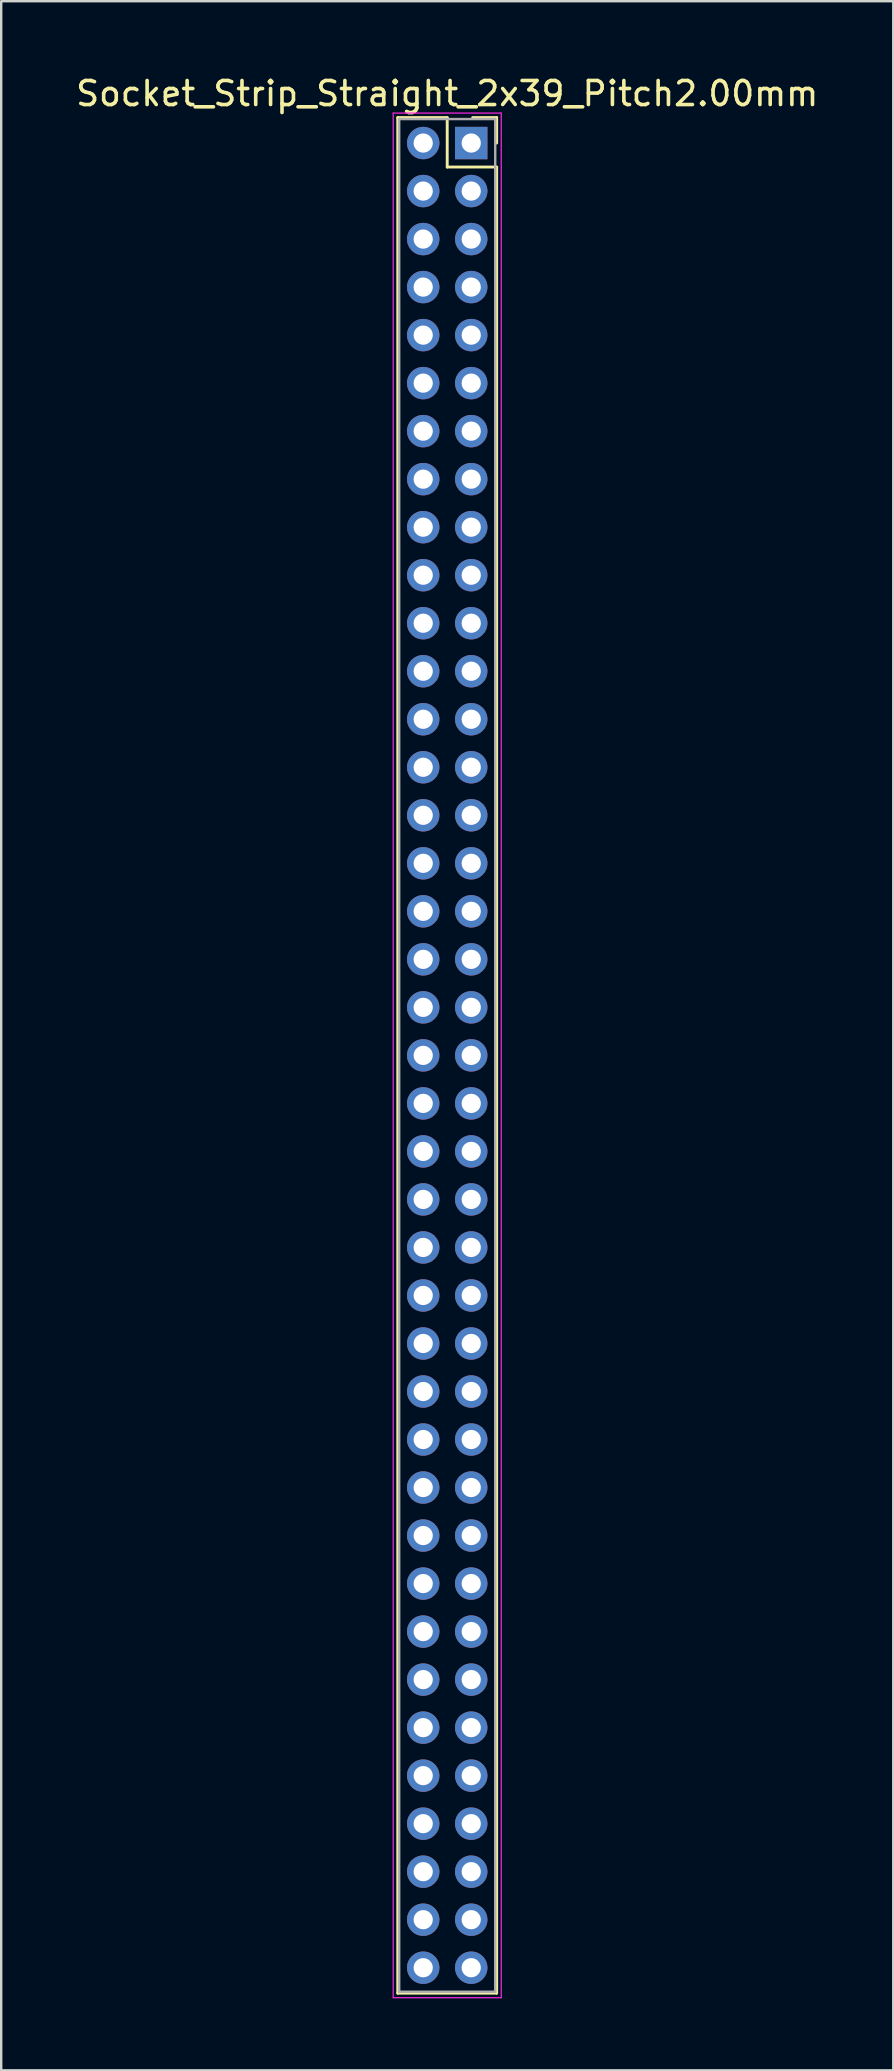
<source format=kicad_pcb>
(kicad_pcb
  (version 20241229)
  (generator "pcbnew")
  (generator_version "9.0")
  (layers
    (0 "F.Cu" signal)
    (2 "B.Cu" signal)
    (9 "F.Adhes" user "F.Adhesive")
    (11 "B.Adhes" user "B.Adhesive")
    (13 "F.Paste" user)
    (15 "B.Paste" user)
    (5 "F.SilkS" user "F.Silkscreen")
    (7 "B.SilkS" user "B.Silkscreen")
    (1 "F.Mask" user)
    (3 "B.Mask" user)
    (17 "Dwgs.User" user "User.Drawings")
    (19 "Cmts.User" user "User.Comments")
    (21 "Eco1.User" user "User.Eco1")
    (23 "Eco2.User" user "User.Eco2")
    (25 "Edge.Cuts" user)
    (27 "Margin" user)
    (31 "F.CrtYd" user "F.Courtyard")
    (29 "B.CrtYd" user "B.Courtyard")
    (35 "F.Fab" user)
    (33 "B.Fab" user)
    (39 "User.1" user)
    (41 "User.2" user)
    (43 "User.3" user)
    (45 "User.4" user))
  (footprint "Socket_Strip_Straight_2x39_Pitch2.00mm"
    (layer "F.Cu")
    (at 16.577 2.908)
    (property "Reference" "Socket_Strip_Straight_2x39_Pitch2.00mm" (at -1 -2.06 0) (layer "F.SilkS") (effects (font (size 1 1) (thickness 0.15))))
    (attr through_hole)
    (fp_line (start -3.06 -1.06) (end -1 -1.06) (stroke (width 0.12) (type solid)) (layer "F.SilkS"))
    (fp_line (start -3.06 77.06) (end -3.06 -1.06) (stroke (width 0.12) (type solid)) (layer "F.SilkS"))
    (fp_line (start -1 -1.06) (end -1 1) (stroke (width 0.12) (type solid)) (layer "F.SilkS"))
    (fp_line (start -1 1) (end 1.06 1) (stroke (width 0.12) (type solid)) (layer "F.SilkS"))
    (fp_line (start 1.06 -1.06) (end 0.06 -1.06) (stroke (width 0.12) (type solid)) (layer "F.SilkS"))
    (fp_line (start 1.06 0) (end 1.06 -1.06) (stroke (width 0.12) (type solid)) (layer "F.SilkS"))
    (fp_line (start 1.06 1) (end 1.06 77.06) (stroke (width 0.12) (type solid)) (layer "F.SilkS"))
    (fp_line (start 1.06 77.06) (end -3.06 77.06) (stroke (width 0.12) (type solid)) (layer "F.SilkS"))
    (fp_line (start -3.25 -1.25) (end -3.25 77.25) (stroke (width 0.05) (type solid)) (layer "F.CrtYd"))
    (fp_line (start -3.25 77.25) (end 1.25 77.25) (stroke (width 0.05) (type solid)) (layer "F.CrtYd"))
    (fp_line (start 1.25 -1.25) (end -3.25 -1.25) (stroke (width 0.05) (type solid)) (layer "F.CrtYd"))
    (fp_line (start 1.25 77.25) (end 1.25 -1.25) (stroke (width 0.05) (type solid)) (layer "F.CrtYd"))
    (fp_line (start -3 -1) (end -3 77) (stroke (width 0.1) (type solid)) (layer "F.Fab"))
    (fp_line (start -3 77) (end 1 77) (stroke (width 0.1) (type solid)) (layer "F.Fab"))
    (fp_line (start 1 -1) (end -3 -1) (stroke (width 0.1) (type solid)) (layer "F.Fab"))
    (fp_line (start 1 77) (end 1 -1) (stroke (width 0.1) (type solid)) (layer "F.Fab"))
    (pad "1" thru_hole rect (at 0 0) (size 1.35 1.35) (drill 0.8) (layers "*.Cu" "*.Mask"))
    (pad "2" thru_hole oval (at -2 0) (size 1.35 1.35) (drill 0.8) (layers "*.Cu" "*.Mask"))
    (pad "3" thru_hole oval (at 0 2) (size 1.35 1.35) (drill 0.8) (layers "*.Cu" "*.Mask"))
    (pad "4" thru_hole oval (at -2 2) (size 1.35 1.35) (drill 0.8) (layers "*.Cu" "*.Mask"))
    (pad "5" thru_hole oval (at 0 4) (size 1.35 1.35) (drill 0.8) (layers "*.Cu" "*.Mask"))
    (pad "6" thru_hole oval (at -2 4) (size 1.35 1.35) (drill 0.8) (layers "*.Cu" "*.Mask"))
    (pad "7" thru_hole oval (at 0 6) (size 1.35 1.35) (drill 0.8) (layers "*.Cu" "*.Mask"))
    (pad "8" thru_hole oval (at -2 6) (size 1.35 1.35) (drill 0.8) (layers "*.Cu" "*.Mask"))
    (pad "9" thru_hole oval (at 0 8) (size 1.35 1.35) (drill 0.8) (layers "*.Cu" "*.Mask"))
    (pad "10" thru_hole oval (at -2 8) (size 1.35 1.35) (drill 0.8) (layers "*.Cu" "*.Mask"))
    (pad "11" thru_hole oval (at 0 10) (size 1.35 1.35) (drill 0.8) (layers "*.Cu" "*.Mask"))
    (pad "12" thru_hole oval (at -2 10) (size 1.35 1.35) (drill 0.8) (layers "*.Cu" "*.Mask"))
    (pad "13" thru_hole oval (at 0 12) (size 1.35 1.35) (drill 0.8) (layers "*.Cu" "*.Mask"))
    (pad "14" thru_hole oval (at -2 12) (size 1.35 1.35) (drill 0.8) (layers "*.Cu" "*.Mask"))
    (pad "15" thru_hole oval (at 0 14) (size 1.35 1.35) (drill 0.8) (layers "*.Cu" "*.Mask"))
    (pad "16" thru_hole oval (at -2 14) (size 1.35 1.35) (drill 0.8) (layers "*.Cu" "*.Mask"))
    (pad "17" thru_hole oval (at 0 16) (size 1.35 1.35) (drill 0.8) (layers "*.Cu" "*.Mask"))
    (pad "18" thru_hole oval (at -2 16) (size 1.35 1.35) (drill 0.8) (layers "*.Cu" "*.Mask"))
    (pad "19" thru_hole oval (at 0 18) (size 1.35 1.35) (drill 0.8) (layers "*.Cu" "*.Mask"))
    (pad "20" thru_hole oval (at -2 18) (size 1.35 1.35) (drill 0.8) (layers "*.Cu" "*.Mask"))
    (pad "21" thru_hole oval (at 0 20) (size 1.35 1.35) (drill 0.8) (layers "*.Cu" "*.Mask"))
    (pad "22" thru_hole oval (at -2 20) (size 1.35 1.35) (drill 0.8) (layers "*.Cu" "*.Mask"))
    (pad "23" thru_hole oval (at 0 22) (size 1.35 1.35) (drill 0.8) (layers "*.Cu" "*.Mask"))
    (pad "24" thru_hole oval (at -2 22) (size 1.35 1.35) (drill 0.8) (layers "*.Cu" "*.Mask"))
    (pad "25" thru_hole oval (at 0 24) (size 1.35 1.35) (drill 0.8) (layers "*.Cu" "*.Mask"))
    (pad "26" thru_hole oval (at -2 24) (size 1.35 1.35) (drill 0.8) (layers "*.Cu" "*.Mask"))
    (pad "27" thru_hole oval (at 0 26) (size 1.35 1.35) (drill 0.8) (layers "*.Cu" "*.Mask"))
    (pad "28" thru_hole oval (at -2 26) (size 1.35 1.35) (drill 0.8) (layers "*.Cu" "*.Mask"))
    (pad "29" thru_hole oval (at 0 28) (size 1.35 1.35) (drill 0.8) (layers "*.Cu" "*.Mask"))
    (pad "30" thru_hole oval (at -2 28) (size 1.35 1.35) (drill 0.8) (layers "*.Cu" "*.Mask"))
    (pad "31" thru_hole oval (at 0 30) (size 1.35 1.35) (drill 0.8) (layers "*.Cu" "*.Mask"))
    (pad "32" thru_hole oval (at -2 30) (size 1.35 1.35) (drill 0.8) (layers "*.Cu" "*.Mask"))
    (pad "33" thru_hole oval (at 0 32) (size 1.35 1.35) (drill 0.8) (layers "*.Cu" "*.Mask"))
    (pad "34" thru_hole oval (at -2 32) (size 1.35 1.35) (drill 0.8) (layers "*.Cu" "*.Mask"))
    (pad "35" thru_hole oval (at 0 34) (size 1.35 1.35) (drill 0.8) (layers "*.Cu" "*.Mask"))
    (pad "36" thru_hole oval (at -2 34) (size 1.35 1.35) (drill 0.8) (layers "*.Cu" "*.Mask"))
    (pad "37" thru_hole oval (at 0 36) (size 1.35 1.35) (drill 0.8) (layers "*.Cu" "*.Mask"))
    (pad "38" thru_hole oval (at -2 36) (size 1.35 1.35) (drill 0.8) (layers "*.Cu" "*.Mask"))
    (pad "39" thru_hole oval (at 0 38) (size 1.35 1.35) (drill 0.8) (layers "*.Cu" "*.Mask"))
    (pad "40" thru_hole oval (at -2 38) (size 1.35 1.35) (drill 0.8) (layers "*.Cu" "*.Mask"))
    (pad "41" thru_hole oval (at 0 40) (size 1.35 1.35) (drill 0.8) (layers "*.Cu" "*.Mask"))
    (pad "42" thru_hole oval (at -2 40) (size 1.35 1.35) (drill 0.8) (layers "*.Cu" "*.Mask"))
    (pad "43" thru_hole oval (at 0 42) (size 1.35 1.35) (drill 0.8) (layers "*.Cu" "*.Mask"))
    (pad "44" thru_hole oval (at -2 42) (size 1.35 1.35) (drill 0.8) (layers "*.Cu" "*.Mask"))
    (pad "45" thru_hole oval (at 0 44) (size 1.35 1.35) (drill 0.8) (layers "*.Cu" "*.Mask"))
    (pad "46" thru_hole oval (at -2 44) (size 1.35 1.35) (drill 0.8) (layers "*.Cu" "*.Mask"))
    (pad "47" thru_hole oval (at 0 46) (size 1.35 1.35) (drill 0.8) (layers "*.Cu" "*.Mask"))
    (pad "48" thru_hole oval (at -2 46) (size 1.35 1.35) (drill 0.8) (layers "*.Cu" "*.Mask"))
    (pad "49" thru_hole oval (at 0 48) (size 1.35 1.35) (drill 0.8) (layers "*.Cu" "*.Mask"))
    (pad "50" thru_hole oval (at -2 48) (size 1.35 1.35) (drill 0.8) (layers "*.Cu" "*.Mask"))
    (pad "51" thru_hole oval (at 0 50) (size 1.35 1.35) (drill 0.8) (layers "*.Cu" "*.Mask"))
    (pad "52" thru_hole oval (at -2 50) (size 1.35 1.35) (drill 0.8) (layers "*.Cu" "*.Mask"))
    (pad "53" thru_hole oval (at 0 52) (size 1.35 1.35) (drill 0.8) (layers "*.Cu" "*.Mask"))
    (pad "54" thru_hole oval (at -2 52) (size 1.35 1.35) (drill 0.8) (layers "*.Cu" "*.Mask"))
    (pad "55" thru_hole oval (at 0 54) (size 1.35 1.35) (drill 0.8) (layers "*.Cu" "*.Mask"))
    (pad "56" thru_hole oval (at -2 54) (size 1.35 1.35) (drill 0.8) (layers "*.Cu" "*.Mask"))
    (pad "57" thru_hole oval (at 0 56) (size 1.35 1.35) (drill 0.8) (layers "*.Cu" "*.Mask"))
    (pad "58" thru_hole oval (at -2 56) (size 1.35 1.35) (drill 0.8) (layers "*.Cu" "*.Mask"))
    (pad "59" thru_hole oval (at 0 58) (size 1.35 1.35) (drill 0.8) (layers "*.Cu" "*.Mask"))
    (pad "60" thru_hole oval (at -2 58) (size 1.35 1.35) (drill 0.8) (layers "*.Cu" "*.Mask"))
    (pad "61" thru_hole oval (at 0 60) (size 1.35 1.35) (drill 0.8) (layers "*.Cu" "*.Mask"))
    (pad "62" thru_hole oval (at -2 60) (size 1.35 1.35) (drill 0.8) (layers "*.Cu" "*.Mask"))
    (pad "63" thru_hole oval (at 0 62) (size 1.35 1.35) (drill 0.8) (layers "*.Cu" "*.Mask"))
    (pad "64" thru_hole oval (at -2 62) (size 1.35 1.35) (drill 0.8) (layers "*.Cu" "*.Mask"))
    (pad "65" thru_hole oval (at 0 64) (size 1.35 1.35) (drill 0.8) (layers "*.Cu" "*.Mask"))
    (pad "66" thru_hole oval (at -2 64) (size 1.35 1.35) (drill 0.8) (layers "*.Cu" "*.Mask"))
    (pad "67" thru_hole oval (at 0 66) (size 1.35 1.35) (drill 0.8) (layers "*.Cu" "*.Mask"))
    (pad "68" thru_hole oval (at -2 66) (size 1.35 1.35) (drill 0.8) (layers "*.Cu" "*.Mask"))
    (pad "69" thru_hole oval (at 0 68) (size 1.35 1.35) (drill 0.8) (layers "*.Cu" "*.Mask"))
    (pad "70" thru_hole oval (at -2 68) (size 1.35 1.35) (drill 0.8) (layers "*.Cu" "*.Mask"))
    (pad "71" thru_hole oval (at 0 70) (size 1.35 1.35) (drill 0.8) (layers "*.Cu" "*.Mask"))
    (pad "72" thru_hole oval (at -2 70) (size 1.35 1.35) (drill 0.8) (layers "*.Cu" "*.Mask"))
    (pad "73" thru_hole oval (at 0 72) (size 1.35 1.35) (drill 0.8) (layers "*.Cu" "*.Mask"))
    (pad "74" thru_hole oval (at -2 72) (size 1.35 1.35) (drill 0.8) (layers "*.Cu" "*.Mask"))
    (pad "75" thru_hole oval (at 0 74) (size 1.35 1.35) (drill 0.8) (layers "*.Cu" "*.Mask"))
    (pad "76" thru_hole oval (at -2 74) (size 1.35 1.35) (drill 0.8) (layers "*.Cu" "*.Mask"))
    (pad "77" thru_hole oval (at 0 76) (size 1.35 1.35) (drill 0.8) (layers "*.Cu" "*.Mask"))
    (pad "78" thru_hole oval (at -2 76) (size 1.35 1.35) (drill 0.8) (layers "*.Cu" "*.Mask")))
  (gr_rect
    (start -3 -3)
    (end 34.155 83.183)
    (stroke (width 0.1) (type default))
    (fill no)
    (layer "Edge.Cuts")))
</source>
